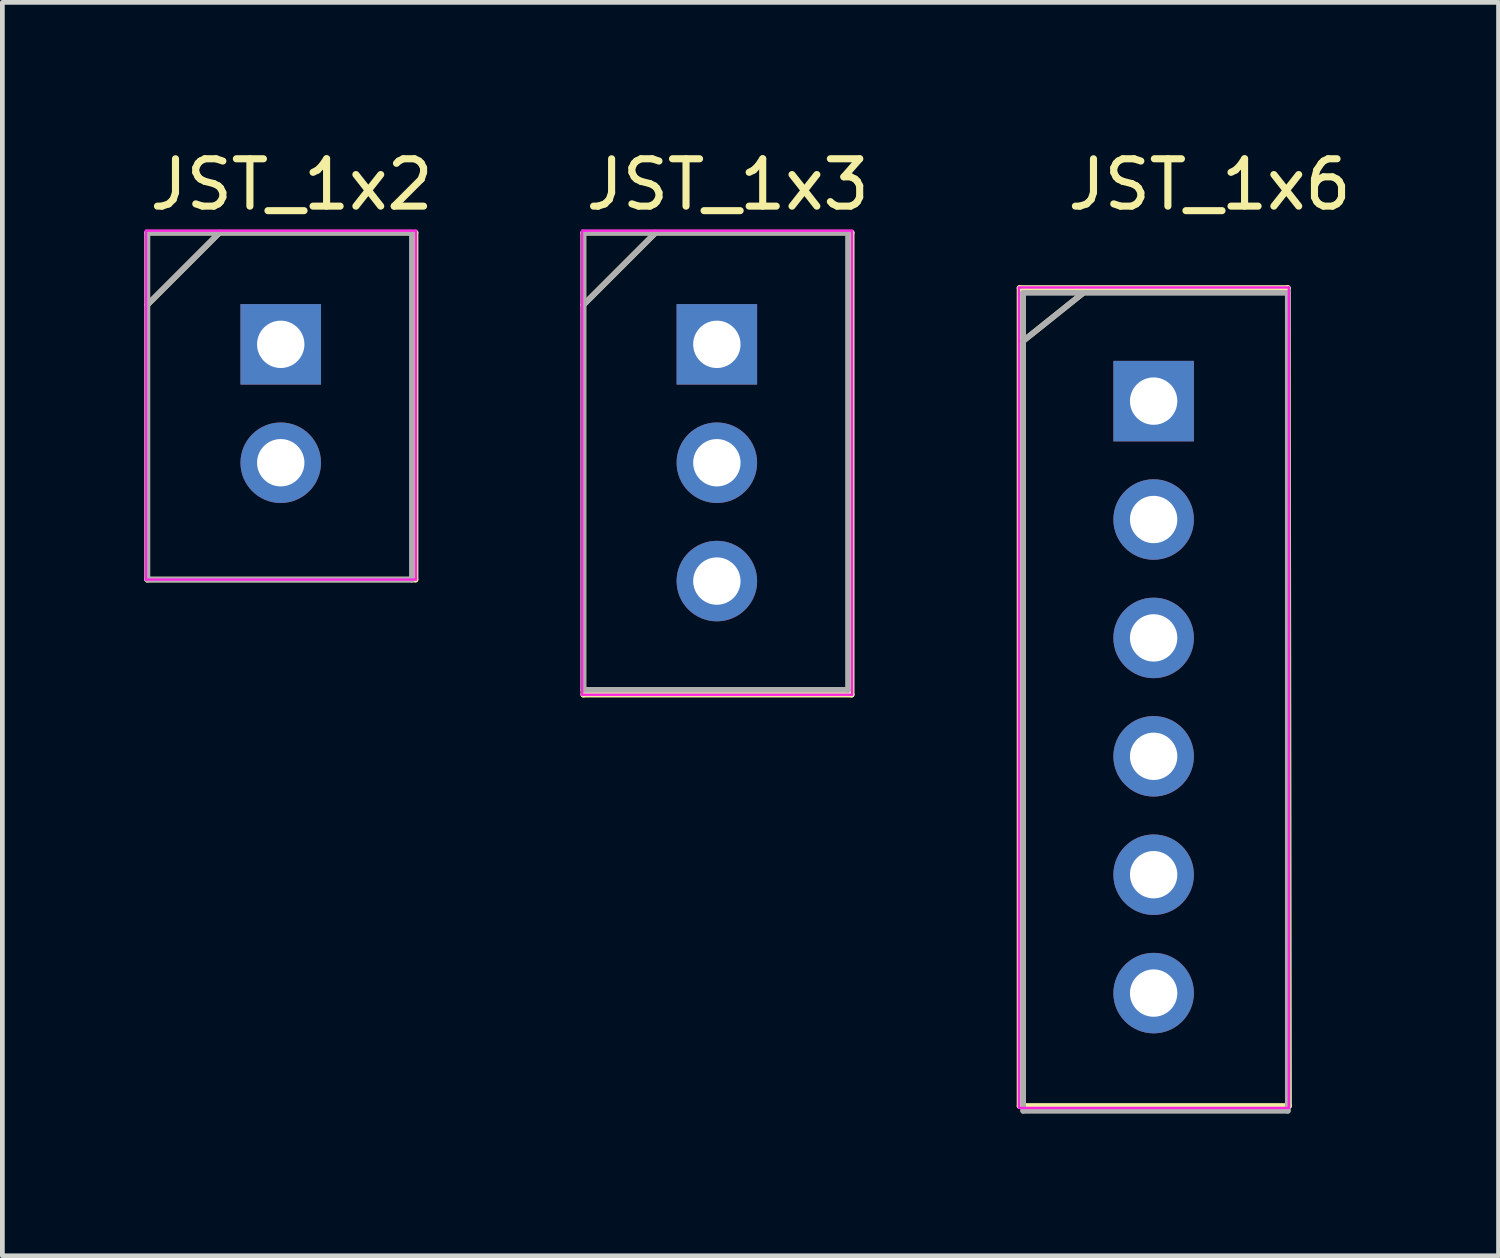
<source format=kicad_pcb>
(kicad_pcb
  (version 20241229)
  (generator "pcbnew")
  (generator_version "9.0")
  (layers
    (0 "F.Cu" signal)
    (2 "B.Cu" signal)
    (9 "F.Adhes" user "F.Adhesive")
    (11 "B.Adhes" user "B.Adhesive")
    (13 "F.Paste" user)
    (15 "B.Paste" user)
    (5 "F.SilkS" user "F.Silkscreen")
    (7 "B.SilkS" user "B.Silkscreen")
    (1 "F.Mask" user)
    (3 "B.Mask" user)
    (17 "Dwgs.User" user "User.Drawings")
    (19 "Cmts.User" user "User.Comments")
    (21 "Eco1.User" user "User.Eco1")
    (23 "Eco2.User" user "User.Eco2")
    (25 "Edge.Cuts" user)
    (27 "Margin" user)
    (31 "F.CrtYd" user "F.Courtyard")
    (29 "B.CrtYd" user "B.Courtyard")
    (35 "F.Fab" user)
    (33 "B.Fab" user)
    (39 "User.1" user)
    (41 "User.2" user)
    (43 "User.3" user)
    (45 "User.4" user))
  (footprint "JST_1x6"
    (layer "F.Cu")
    (at 22.365 5.42)
    (property "Reference" "JST_1x6" (at 0.127 -4.572 0) (layer "F.SilkS") (effects (font (size 1 1) (thickness 0.15))))
    (attr through_hole)
    (fp_line (start -3.886 -2.388) (end -3.886 14.884) (stroke (width 0.12) (type solid)) (layer "F.SilkS"))
    (fp_line (start -3.886 -2.388) (end 1.778 -2.388) (stroke (width 0.12) (type solid)) (layer "F.SilkS"))
    (fp_line (start -3.886 14.884) (end 1.803 14.884) (stroke (width 0.12) (type solid)) (layer "F.SilkS"))
    (fp_line (start -2.54 -2.286) (end -3.81 -1.27) (stroke (width 0.12) (type solid)) (layer "F.SilkS"))
    (fp_line (start 1.778 -2.388) (end 1.803 14.884) (stroke (width 0.12) (type solid)) (layer "F.SilkS"))
    (fp_line (start -3.9 -2.4) (end 1.8 -2.4) (stroke (width 0.05) (type solid)) (layer "F.CrtYd"))
    (fp_line (start -3.9 14.9) (end -3.9 -2.4) (stroke (width 0.05) (type solid)) (layer "F.CrtYd"))
    (fp_line (start -3.9 14.925) (end 1.8 14.925) (stroke (width 0.05) (type solid)) (layer "F.CrtYd"))
    (fp_line (start 1.8 14.9) (end 1.8 -2.4) (stroke (width 0.05) (type solid)) (layer "F.CrtYd"))
    (fp_line (start -3.81 -2.286) (end 1.778 -2.286) (stroke (width 0.12) (type solid)) (layer "F.Fab"))
    (fp_line (start -3.81 14.986) (end -3.81 -2.286) (stroke (width 0.12) (type solid)) (layer "F.Fab"))
    (fp_line (start -2.54 -2.286) (end -3.81 -1.27) (stroke (width 0.12) (type solid)) (layer "F.Fab"))
    (fp_line (start 1.778 -2.286) (end 1.778 14.986) (stroke (width 0.12) (type solid)) (layer "F.Fab"))
    (fp_line (start 1.778 14.986) (end -3.81 14.986) (stroke (width 0.12) (type solid)) (layer "F.Fab"))
    (pad "1" thru_hole rect (at -1.055 0) (size 1.7 1.7) (drill 1) (layers "*.Cu" "*.Mask"))
    (pad "2" thru_hole oval (at -1.055 2.5) (size 1.7 1.7) (drill 1) (layers "*.Cu" "*.Mask"))
    (pad "3" thru_hole oval (at -1.055 5) (size 1.7 1.7) (drill 1) (layers "*.Cu" "*.Mask"))
    (pad "4" thru_hole oval (at -1.055 7.5) (size 1.7 1.7) (drill 1) (layers "*.Cu" "*.Mask"))
    (pad "5" thru_hole oval (at -1.055 10) (size 1.7 1.7) (drill 1) (layers "*.Cu" "*.Mask"))
    (pad "6" thru_hole oval (at -1.055 12.5) (size 1.7 1.7) (drill 1) (layers "*.Cu" "*.Mask")))
  (footprint "JST_1x2"
    (layer "F.Cu")
    (at 3.108 3.388)
    (property "Reference" "JST_1x2" (at 0 -2.54 0) (layer "F.SilkS") (effects (font (size 1 1) (thickness 0.15))))
    (attr through_hole)
    (fp_line (start -3.048 -1.524) (end -3.048 5.8) (stroke (width 0.12) (type solid)) (layer "F.SilkS"))
    (fp_line (start -3.048 -1.524) (end 2.616 -1.524) (stroke (width 0.12) (type solid)) (layer "F.SilkS"))
    (fp_line (start -3.048 5.8) (end 2.616 5.8) (stroke (width 0.12) (type solid)) (layer "F.SilkS"))
    (fp_line (start -1.524 -1.524) (end -3.048 0) (stroke (width 0.12) (type solid)) (layer "F.SilkS"))
    (fp_line (start 2.616 5.8) (end 2.616 -1.524) (stroke (width 0.12) (type solid)) (layer "F.SilkS"))
    (fp_line (start -3.075 -1.567) (end 2.626 -1.567) (stroke (width 0.05) (type solid)) (layer "F.CrtYd"))
    (fp_line (start -3.075 5.8) (end -3.075 -1.567) (stroke (width 0.05) (type solid)) (layer "F.CrtYd"))
    (fp_line (start -3.075 5.8) (end 2.626 5.8) (stroke (width 0.05) (type solid)) (layer "F.CrtYd"))
    (fp_line (start 2.626 5.8) (end 2.626 -1.567) (stroke (width 0.05) (type solid)) (layer "F.CrtYd"))
    (fp_line (start -3.048 -1.524) (end 2.54 -1.524) (stroke (width 0.12) (type solid)) (layer "F.Fab"))
    (fp_line (start -3.048 5.8) (end -3.048 -1.524) (stroke (width 0.12) (type solid)) (layer "F.Fab"))
    (fp_line (start -1.524 -1.524) (end -3.048 0) (stroke (width 0.12) (type solid)) (layer "F.Fab"))
    (fp_line (start 2.54 -1.524) (end 2.54 5.8) (stroke (width 0.12) (type solid)) (layer "F.Fab"))
    (fp_line (start 2.54 5.8) (end -3.048 5.8) (stroke (width 0.12) (type solid)) (layer "F.Fab"))
    (pad "1" thru_hole rect (at -0.23 0.833) (size 1.7 1.7) (drill 1) (layers "*.Cu" "*.Mask"))
    (pad "2" thru_hole oval (at -0.23 3.333) (size 1.7 1.7) (drill 1) (layers "*.Cu" "*.Mask")))
  (footprint "JST_1x3"
    (layer "F.Cu")
    (at 12.317 3.388)
    (property "Reference" "JST_1x3" (at 0 -2.54 0) (layer "F.SilkS") (effects (font (size 1 1) (thickness 0.15))))
    (attr through_hole)
    (fp_line (start -3.048 -1.524) (end -3.048 8.23) (stroke (width 0.12) (type solid)) (layer "F.SilkS"))
    (fp_line (start -3.048 -1.524) (end 2.616 -1.524) (stroke (width 0.12) (type solid)) (layer "F.SilkS"))
    (fp_line (start -3.048 8.23) (end 2.616 8.23) (stroke (width 0.12) (type solid)) (layer "F.SilkS"))
    (fp_line (start -1.524 -1.524) (end -3.048 0) (stroke (width 0.12) (type solid)) (layer "F.SilkS"))
    (fp_line (start 2.616 8.23) (end 2.616 -1.524) (stroke (width 0.12) (type solid)) (layer "F.SilkS"))
    (fp_line (start -3.075 -1.567) (end 2.626 -1.567) (stroke (width 0.05) (type solid)) (layer "F.CrtYd"))
    (fp_line (start -3.075 8.232) (end -3.075 -1.567) (stroke (width 0.05) (type solid)) (layer "F.CrtYd"))
    (fp_line (start -3.075 8.232) (end 2.626 8.232) (stroke (width 0.05) (type solid)) (layer "F.CrtYd"))
    (fp_line (start 2.626 8.232) (end 2.626 -1.567) (stroke (width 0.05) (type solid)) (layer "F.CrtYd"))
    (fp_line (start -3.048 -1.524) (end 2.54 -1.524) (stroke (width 0.12) (type solid)) (layer "F.Fab"))
    (fp_line (start -3.048 8.128) (end -3.048 -1.524) (stroke (width 0.12) (type solid)) (layer "F.Fab"))
    (fp_line (start -1.524 -1.524) (end -3.048 0) (stroke (width 0.12) (type solid)) (layer "F.Fab"))
    (fp_line (start 2.54 -1.524) (end 2.54 8.128) (stroke (width 0.12) (type solid)) (layer "F.Fab"))
    (fp_line (start 2.54 8.128) (end -3.048 8.128) (stroke (width 0.12) (type solid)) (layer "F.Fab"))
    (pad "1" thru_hole rect (at -0.23 0.833) (size 1.7 1.7) (drill 1) (layers "*.Cu" "*.Mask"))
    (pad "2" thru_hole oval (at -0.23 3.333) (size 1.7 1.7) (drill 1) (layers "*.Cu" "*.Mask"))
    (pad "3" thru_hole oval (at -0.23 5.832) (size 1.7 1.7) (drill 1) (layers "*.Cu" "*.Mask")))
  (gr_rect
    (start -3 -3)
    (end 28.593 23.466)
    (stroke (width 0.1) (type default))
    (fill no)
    (layer "Edge.Cuts")))
</source>
